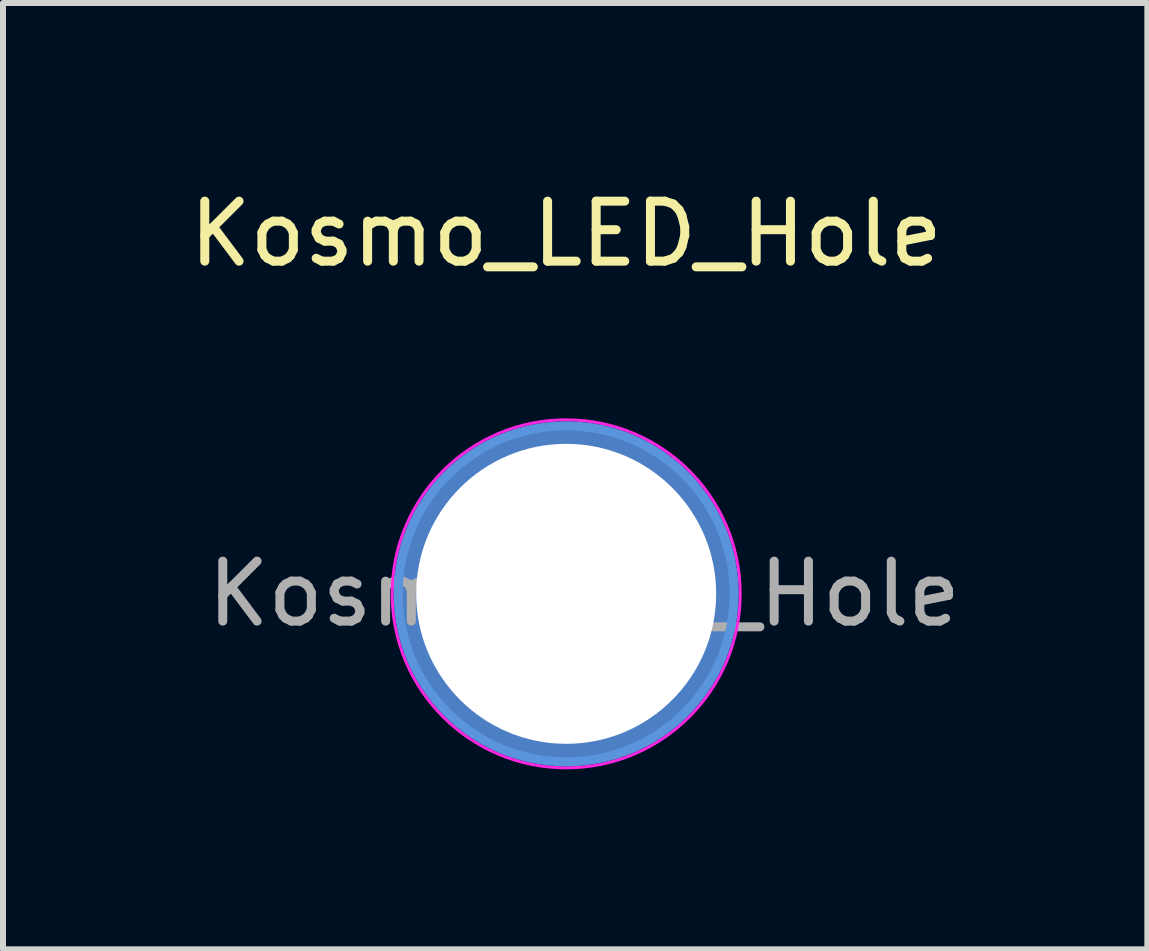
<source format=kicad_pcb>
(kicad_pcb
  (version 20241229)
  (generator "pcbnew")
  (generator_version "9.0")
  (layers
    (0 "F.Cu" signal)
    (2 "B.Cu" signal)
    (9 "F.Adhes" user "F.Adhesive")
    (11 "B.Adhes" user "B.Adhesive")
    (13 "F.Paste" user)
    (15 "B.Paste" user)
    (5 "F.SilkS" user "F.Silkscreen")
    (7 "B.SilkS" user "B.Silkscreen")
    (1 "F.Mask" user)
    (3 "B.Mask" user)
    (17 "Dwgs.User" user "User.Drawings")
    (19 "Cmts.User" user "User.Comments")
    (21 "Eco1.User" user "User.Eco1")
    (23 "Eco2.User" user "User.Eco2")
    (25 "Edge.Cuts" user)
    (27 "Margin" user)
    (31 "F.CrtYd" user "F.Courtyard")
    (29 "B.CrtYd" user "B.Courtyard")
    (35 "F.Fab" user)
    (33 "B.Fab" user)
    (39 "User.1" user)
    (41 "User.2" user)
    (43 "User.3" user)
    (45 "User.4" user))
  (footprint "Kosmo_LED_Hole"
    (layer "F.Cu")
    (at 6.387 6.848)
    (property "Reference" "Kosmo_LED_Hole" (at 0 -6 0) (layer "F.SilkS") (effects (font (size 1 1) (thickness 0.15))))
    (attr exclude_from_pos_files exclude_from_bom)
    (fp_circle (center 0 0) (end 2.8 0) (stroke (width 0.15) (type solid)) (fill no) (layer "Cmts.User"))
    (fp_circle (center 0 0) (end 2.9 0) (stroke (width 0.05) (type solid)) (fill no) (layer "F.CrtYd"))
    (fp_text user "${REFERENCE}" (at 0.3 0 0) (layer "F.Fab") (effects (font (size 1 1) (thickness 0.15))))
    (pad "1" thru_hole circle (at 0 0) (size 5.5 5.5) (drill 5) (layers "*.Cu" "*.Mask")))
  (gr_rect
    (start -3 -3)
    (end 16.074 12.773)
    (stroke (width 0.1) (type default))
    (fill no)
    (layer "Edge.Cuts")))
</source>
